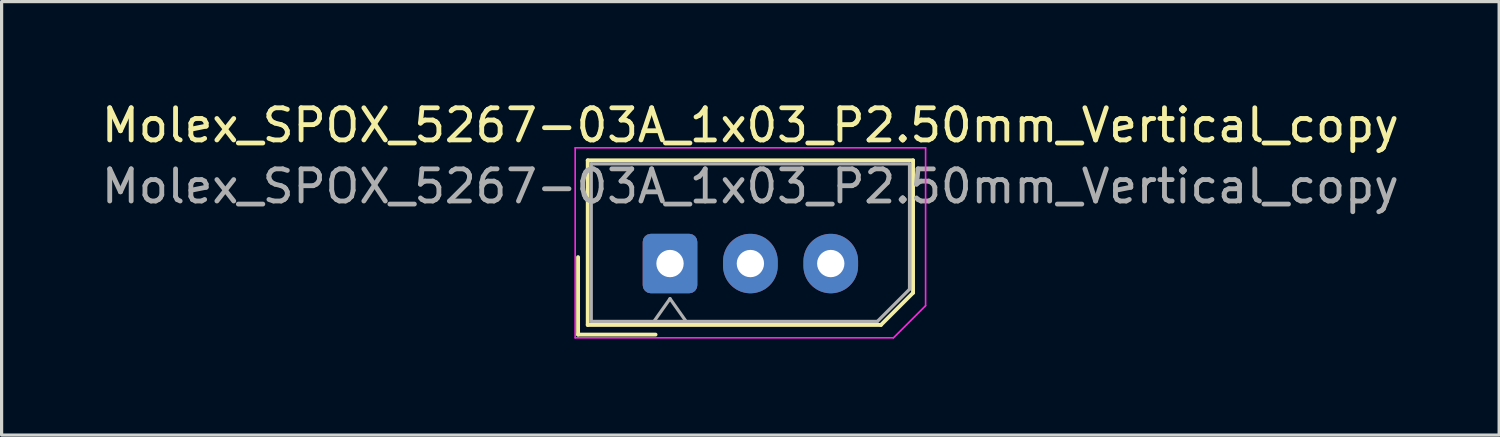
<source format=kicad_pcb>
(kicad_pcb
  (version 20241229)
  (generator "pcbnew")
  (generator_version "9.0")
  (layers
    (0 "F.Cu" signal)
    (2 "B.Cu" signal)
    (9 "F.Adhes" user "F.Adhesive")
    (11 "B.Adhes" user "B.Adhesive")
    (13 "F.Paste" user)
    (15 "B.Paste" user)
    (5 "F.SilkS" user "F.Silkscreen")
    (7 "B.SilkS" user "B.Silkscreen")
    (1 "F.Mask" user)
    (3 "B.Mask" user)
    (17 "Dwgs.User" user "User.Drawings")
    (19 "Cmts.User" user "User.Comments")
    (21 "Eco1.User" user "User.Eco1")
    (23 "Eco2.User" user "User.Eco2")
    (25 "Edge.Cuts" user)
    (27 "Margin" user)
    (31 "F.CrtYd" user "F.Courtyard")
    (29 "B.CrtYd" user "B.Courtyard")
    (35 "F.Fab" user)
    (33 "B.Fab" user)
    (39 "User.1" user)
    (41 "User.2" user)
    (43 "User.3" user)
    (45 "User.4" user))
  (footprint "Molex_SPOX_5267-03A_1x03_P2.50mm_Vertical_copy"
    (layer "F.Cu")
    (at 17.792 5.148)
    (property "Reference" "Molex_SPOX_5267-03A_1x03_P2.50mm_Vertical_copy" (at 2.5 -4.3 0) (layer "F.SilkS") (effects (font (size 1 1) (thickness 0.15))))
    (attr through_hole)
    (fp_line (start -2.86 -0.2) (end -2.86 2.21) (stroke (width 0.12) (type solid)) (layer "F.SilkS"))
    (fp_line (start -2.86 2.21) (end -0.45 2.21) (stroke (width 0.12) (type solid)) (layer "F.SilkS"))
    (fp_line (start -2.56 -3.21) (end -2.56 1.91) (stroke (width 0.12) (type solid)) (layer "F.SilkS"))
    (fp_line (start -2.56 1.91) (end 6.56 1.91) (stroke (width 0.12) (type solid)) (layer "F.SilkS"))
    (fp_line (start 6.56 1.91) (end 7.56 0.91) (stroke (width 0.12) (type solid)) (layer "F.SilkS"))
    (fp_line (start 7.56 -3.21) (end -2.56 -3.21) (stroke (width 0.12) (type solid)) (layer "F.SilkS"))
    (fp_line (start 7.56 0.91) (end 7.56 -3.21) (stroke (width 0.12) (type solid)) (layer "F.SilkS"))
    (fp_line (start -2.95 -3.6) (end -2.95 2.31) (stroke (width 0.05) (type solid)) (layer "F.CrtYd"))
    (fp_line (start -2.95 2.31) (end 6.95 2.31) (stroke (width 0.05) (type solid)) (layer "F.CrtYd"))
    (fp_line (start 6.95 2.31) (end 7.95 1.31) (stroke (width 0.05) (type solid)) (layer "F.CrtYd"))
    (fp_line (start 7.95 -3.6) (end -2.95 -3.6) (stroke (width 0.05) (type solid)) (layer "F.CrtYd"))
    (fp_line (start 7.95 1.31) (end 7.95 -3.6) (stroke (width 0.05) (type solid)) (layer "F.CrtYd"))
    (fp_line (start -2.45 -3.1) (end -2.45 1.8) (stroke (width 0.1) (type solid)) (layer "F.Fab"))
    (fp_line (start -2.45 1.8) (end 6.45 1.8) (stroke (width 0.1) (type solid)) (layer "F.Fab"))
    (fp_line (start -0.5 1.8) (end 0 1.093) (stroke (width 0.1) (type solid)) (layer "F.Fab"))
    (fp_line (start 0 1.093) (end 0.5 1.8) (stroke (width 0.1) (type solid)) (layer "F.Fab"))
    (fp_line (start 6.45 1.8) (end 7.45 0.8) (stroke (width 0.1) (type solid)) (layer "F.Fab"))
    (fp_line (start 7.45 -3.1) (end -2.45 -3.1) (stroke (width 0.1) (type solid)) (layer "F.Fab"))
    (fp_line (start 7.45 0.8) (end 7.45 -3.1) (stroke (width 0.1) (type solid)) (layer "F.Fab"))
    (fp_text user "${REFERENCE}" (at 2.5 -2.4 0) (layer "F.Fab") (effects (font (size 1 1) (thickness 0.15))))
    (pad "1" thru_hole roundrect (at 0 0) (size 1.7 1.85) (drill 0.85) (layers "*.Cu" "*.Mask") (roundrect_rratio 0.147))
    (pad "2" thru_hole oval (at 2.5 0) (size 1.7 1.85) (drill 0.85) (layers "*.Cu" "*.Mask"))
    (pad "3" thru_hole oval (at 5 0) (size 1.7 1.85) (drill 0.85) (layers "*.Cu" "*.Mask")))
  (gr_rect
    (start -3 -3)
    (end 43.583 10.483)
    (stroke (width 0.1) (type default))
    (fill no)
    (layer "Edge.Cuts")))
</source>
